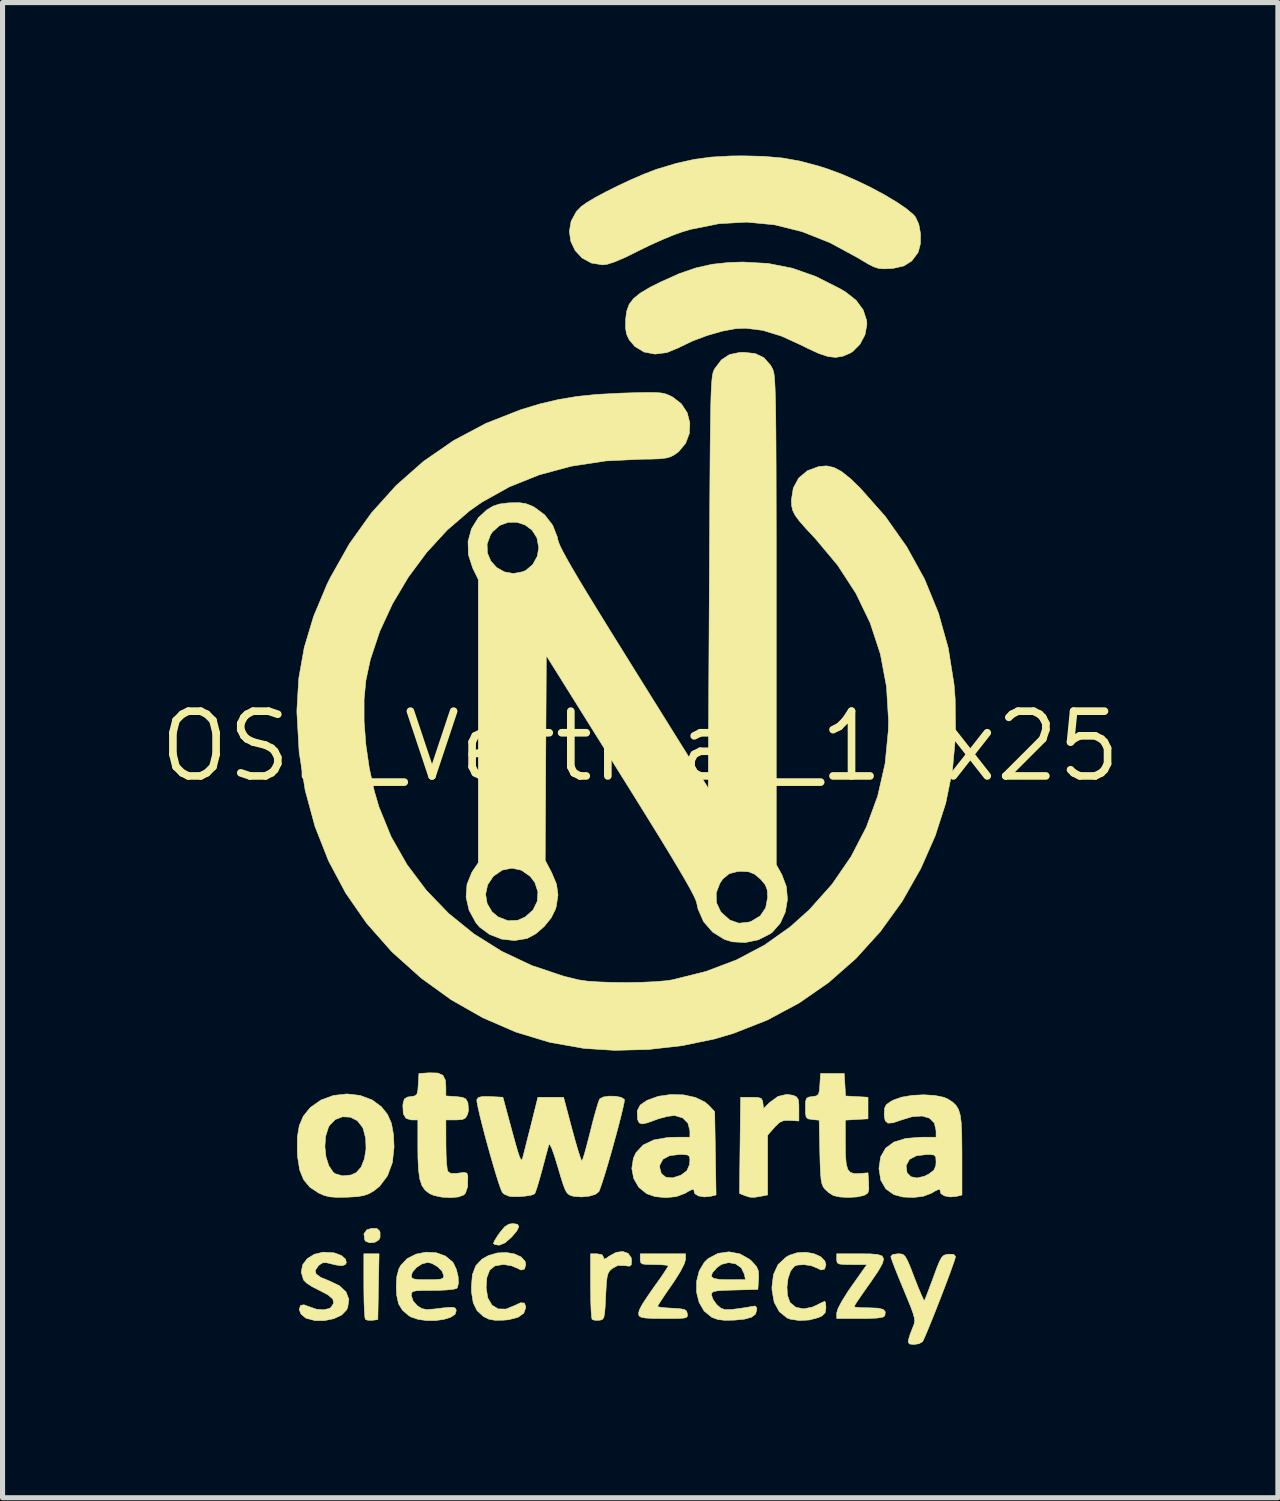
<source format=kicad_pcb>
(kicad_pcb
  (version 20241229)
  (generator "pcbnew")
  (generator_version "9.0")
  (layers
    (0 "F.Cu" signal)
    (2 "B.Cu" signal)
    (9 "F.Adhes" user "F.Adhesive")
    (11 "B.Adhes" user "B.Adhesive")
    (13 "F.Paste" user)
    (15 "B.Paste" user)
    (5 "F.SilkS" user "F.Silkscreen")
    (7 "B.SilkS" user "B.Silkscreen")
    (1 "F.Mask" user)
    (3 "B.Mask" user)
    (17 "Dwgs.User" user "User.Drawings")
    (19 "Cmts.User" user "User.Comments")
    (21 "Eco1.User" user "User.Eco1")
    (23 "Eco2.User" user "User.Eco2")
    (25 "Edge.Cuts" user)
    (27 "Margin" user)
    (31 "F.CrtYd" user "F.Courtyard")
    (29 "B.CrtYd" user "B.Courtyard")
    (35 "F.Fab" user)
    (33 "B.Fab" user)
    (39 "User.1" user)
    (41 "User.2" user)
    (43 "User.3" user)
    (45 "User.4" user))
  (footprint "OSR_Vertical_15x25"
    (layer "F.Cu")
    (at 9.502 11.583)
    (property "Reference" "OSR_Vertical_15x25" (at 0 0 0) (layer "F.SilkS") (effects (font (size 1.27 1.27) (thickness 0.15))))
    (attr through_hole)
    (fp_poly (pts (xy -5.162 9.452) (xy -5.111 9.499) (xy -5.101 9.525) (xy -5.1 9.624) (xy -5.124 9.675) (xy -5.203 9.724) (xy -5.302 9.734) (xy -5.382 9.704) (xy -5.402 9.676) (xy -5.417 9.556) (xy -5.359 9.477) (xy -5.263 9.449) (xy -5.162 9.452)) (stroke (width 0.01) (type solid)) (fill yes) (layer "F.SilkS"))
    (fp_poly (pts (xy -5.132 10.594) (xy -5.144 11.239) (xy -5.251 11.252) (xy -5.343 11.251) (xy -5.389 11.234) (xy -5.399 11.183) (xy -5.408 11.064) (xy -5.415 10.89) (xy -5.418 10.68) (xy -5.419 10.576) (xy -5.419 9.948) (xy -5.12 9.948) (xy -5.132 10.594)) (stroke (width 0.01) (type solid)) (fill yes) (layer "F.SilkS"))
    (fp_poly (pts (xy -2.405 9.37) (xy -2.379 9.416) (xy -2.42 9.501) (xy -2.521 9.62) (xy -2.651 9.734) (xy -2.763 9.779) (xy -2.773 9.779) (xy -2.853 9.767) (xy -2.879 9.743) (xy -2.856 9.691) (xy -2.797 9.596) (xy -2.751 9.531) (xy -2.658 9.419) (xy -2.575 9.367) (xy -2.497 9.356) (xy -2.405 9.37)) (stroke (width 0.01) (type solid)) (fill yes) (layer "F.SilkS"))
    (fp_poly (pts (xy 3.001 6.842) (xy 3.065 6.873) (xy 3.098 6.923) (xy 3.11 7.016) (xy 3.111 7.113) (xy 3.111 7.345) (xy 2.936 7.334) (xy 2.818 7.336) (xy 2.734 7.371) (xy 2.644 7.456) (xy 2.629 7.473) (xy 2.498 7.623) (xy 2.498 8.795) (xy 2.365 8.821) (xy 2.236 8.842) (xy 2.145 8.838) (xy 2.047 8.806) (xy 2.042 8.804) (xy 1.946 8.765) (xy 1.957 7.822) (xy 1.968 6.879) (xy 2.18 6.879) (xy 2.306 6.883) (xy 2.371 6.902) (xy 2.398 6.947) (xy 2.405 6.99) (xy 2.418 7.101) (xy 2.537 6.982) (xy 2.701 6.863) (xy 2.874 6.822) (xy 3.001 6.842)) (stroke (width 0.01) (type solid)) (fill yes) (layer "F.SilkS"))
    (fp_poly (pts (xy -0.238 9.939) (xy -0.177 10.025) (xy -0.169 10.082) (xy -0.176 10.165) (xy -0.213 10.192) (xy -0.307 10.18) (xy -0.309 10.18) (xy -0.443 10.179) (xy -0.552 10.238) (xy -0.599 10.281) (xy -0.63 10.335) (xy -0.651 10.416) (xy -0.664 10.543) (xy -0.675 10.734) (xy -0.677 10.781) (xy -0.687 10.982) (xy -0.698 11.114) (xy -0.713 11.193) (xy -0.737 11.232) (xy -0.774 11.247) (xy -0.806 11.252) (xy -0.898 11.251) (xy -0.944 11.234) (xy -0.954 11.183) (xy -0.963 11.064) (xy -0.97 10.89) (xy -0.973 10.68) (xy -0.974 10.576) (xy -0.974 9.948) (xy -0.847 9.948) (xy -0.748 9.966) (xy -0.72 10.015) (xy -0.709 10.052) (xy -0.665 10.036) (xy -0.608 9.994) (xy -0.472 9.92) (xy -0.343 9.903) (xy -0.238 9.939)) (stroke (width 0.01) (type solid)) (fill yes) (layer "F.SilkS"))
    (fp_poly (pts (xy 4.508 9.95) (xy 4.656 9.962) (xy 4.743 9.992) (xy 4.773 10.05) (xy 4.747 10.144) (xy 4.667 10.285) (xy 4.535 10.48) (xy 4.439 10.616) (xy 4.335 10.764) (xy 4.252 10.886) (xy 4.202 10.965) (xy 4.191 10.986) (xy 4.23 10.996) (xy 4.332 11.004) (xy 4.475 11.007) (xy 4.484 11.007) (xy 4.661 11.014) (xy 4.765 11.039) (xy 4.806 11.087) (xy 4.795 11.163) (xy 4.794 11.165) (xy 4.755 11.191) (xy 4.654 11.208) (xy 4.483 11.217) (xy 4.313 11.218) (xy 3.852 11.218) (xy 3.852 11.108) (xy 3.879 11.019) (xy 3.954 10.876) (xy 4.071 10.69) (xy 4.148 10.579) (xy 4.443 10.16) (xy 4.148 10.16) (xy 3.993 10.158) (xy 3.905 10.149) (xy 3.864 10.126) (xy 3.853 10.082) (xy 3.852 10.054) (xy 3.852 9.948) (xy 4.298 9.948) (xy 4.508 9.95)) (stroke (width 0.01) (type solid)) (fill yes) (layer "F.SilkS"))
    (fp_poly (pts (xy -2.465 9.951) (xy -2.335 10.01) (xy -2.257 10.097) (xy -2.244 10.158) (xy -2.268 10.248) (xy -2.336 10.267) (xy -2.422 10.226) (xy -2.525 10.184) (xy -2.662 10.161) (xy -2.697 10.16) (xy -2.85 10.186) (xy -2.952 10.269) (xy -3.007 10.414) (xy -3.021 10.612) (xy -2.989 10.813) (xy -2.907 10.954) (xy -2.785 11.029) (xy -2.631 11.032) (xy -2.472 10.967) (xy -2.347 10.909) (xy -2.272 10.914) (xy -2.244 10.984) (xy -2.244 11.003) (xy -2.283 11.113) (xy -2.397 11.194) (xy -2.58 11.241) (xy -2.68 11.25) (xy -2.848 11.252) (xy -2.966 11.231) (xy -3.066 11.182) (xy -3.075 11.177) (xy -3.199 11.063) (xy -3.274 10.909) (xy -3.308 10.699) (xy -3.31 10.592) (xy -3.29 10.355) (xy -3.223 10.181) (xy -3.102 10.053) (xy -2.975 9.982) (xy -2.804 9.932) (xy -2.627 9.923) (xy -2.465 9.951)) (stroke (width 0.01) (type solid)) (fill yes) (layer "F.SilkS"))
    (fp_poly (pts (xy 3.405 9.946) (xy 3.537 10.005) (xy 3.621 10.091) (xy 3.641 10.164) (xy 3.615 10.249) (xy 3.546 10.266) (xy 3.462 10.226) (xy 3.354 10.182) (xy 3.215 10.162) (xy 3.086 10.169) (xy 3.023 10.192) (xy 2.948 10.286) (xy 2.898 10.432) (xy 2.877 10.602) (xy 2.888 10.767) (xy 2.935 10.898) (xy 2.941 10.907) (xy 3.052 10.998) (xy 3.204 11.027) (xy 3.376 10.993) (xy 3.438 10.965) (xy 3.542 10.913) (xy 3.61 10.883) (xy 3.621 10.88) (xy 3.635 10.917) (xy 3.641 11.006) (xy 3.641 11.009) (xy 3.626 11.103) (xy 3.567 11.164) (xy 3.494 11.199) (xy 3.317 11.246) (xy 3.121 11.257) (xy 2.945 11.231) (xy 2.88 11.207) (xy 2.726 11.083) (xy 2.626 10.898) (xy 2.584 10.659) (xy 2.582 10.604) (xy 2.612 10.355) (xy 2.702 10.16) (xy 2.858 10.015) (xy 2.922 9.978) (xy 3.077 9.927) (xy 3.245 9.918) (xy 3.405 9.946)) (stroke (width 0.01) (type solid)) (fill yes) (layer "F.SilkS"))
    (fp_poly (pts (xy 2.508 -9.468) (xy 2.981 -9.375) (xy 3.444 -9.212) (xy 3.915 -8.974) (xy 4.027 -8.908) (xy 4.231 -8.747) (xy 4.372 -8.556) (xy 4.439 -8.349) (xy 4.444 -8.273) (xy 4.407 -8.07) (xy 4.308 -7.883) (xy 4.166 -7.74) (xy 4.111 -7.707) (xy 3.969 -7.648) (xy 3.831 -7.626) (xy 3.68 -7.643) (xy 3.5 -7.703) (xy 3.273 -7.808) (xy 3.175 -7.858) (xy 2.77 -8.043) (xy 2.402 -8.156) (xy 2.066 -8.198) (xy 1.866 -8.189) (xy 1.606 -8.14) (xy 1.313 -8.055) (xy 1.024 -7.947) (xy 0.775 -7.827) (xy 0.764 -7.82) (xy 0.523 -7.72) (xy 0.29 -7.691) (xy 0.076 -7.731) (xy -0.105 -7.84) (xy -0.216 -7.971) (xy -0.266 -8.076) (xy -0.288 -8.197) (xy -0.286 -8.367) (xy -0.286 -8.371) (xy -0.266 -8.532) (xy -0.218 -8.664) (xy -0.132 -8.779) (xy 0.003 -8.888) (xy 0.199 -9.004) (xy 0.406 -9.107) (xy 0.767 -9.269) (xy 1.093 -9.381) (xy 1.41 -9.452) (xy 1.746 -9.488) (xy 2.011 -9.496) (xy 2.508 -9.468)) (stroke (width 0.01) (type solid)) (fill yes) (layer "F.SilkS"))
    (fp_poly (pts (xy 0.889 10.059) (xy 0.863 10.147) (xy 0.791 10.289) (xy 0.678 10.47) (xy 0.614 10.564) (xy 0.504 10.722) (xy 0.416 10.855) (xy 0.357 10.946) (xy 0.339 10.981) (xy 0.377 10.993) (xy 0.479 11.006) (xy 0.621 11.015) (xy 0.624 11.015) (xy 0.777 11.025) (xy 0.865 11.04) (xy 0.907 11.07) (xy 0.923 11.119) (xy 0.924 11.123) (xy 0.927 11.165) (xy 0.911 11.192) (xy 0.864 11.208) (xy 0.77 11.216) (xy 0.616 11.218) (xy 0.467 11.218) (xy 0.251 11.216) (xy 0.106 11.208) (xy 0.019 11.192) (xy -0.021 11.167) (xy -0.026 11.158) (xy -0.032 11.109) (xy -0.014 11.043) (xy 0.036 10.947) (xy 0.123 10.812) (xy 0.253 10.624) (xy 0.302 10.556) (xy 0.407 10.408) (xy 0.489 10.286) (xy 0.54 10.207) (xy 0.55 10.185) (xy 0.512 10.172) (xy 0.411 10.163) (xy 0.275 10.16) (xy 0.127 10.158) (xy 0.045 10.148) (xy 0.009 10.121) (xy 0.000158 10.071) (xy 0 10.054) (xy 0 9.948) (xy 0.889 9.948) (xy 0.889 10.059)) (stroke (width 0.01) (type solid)) (fill yes) (layer "F.SilkS"))
    (fp_poly (pts (xy 4.013 6.634) (xy 4.026 6.854) (xy 4.246 6.866) (xy 4.466 6.879) (xy 4.466 7.303) (xy 4.244 7.315) (xy 4.022 7.328) (xy 4.022 7.773) (xy 4.025 8.015) (xy 4.039 8.185) (xy 4.069 8.294) (xy 4.12 8.353) (xy 4.197 8.376) (xy 4.29 8.375) (xy 4.466 8.361) (xy 4.479 8.562) (xy 4.482 8.686) (xy 4.464 8.754) (xy 4.413 8.792) (xy 4.381 8.805) (xy 4.25 8.834) (xy 4.081 8.844) (xy 3.915 8.835) (xy 3.79 8.808) (xy 3.789 8.808) (xy 3.697 8.75) (xy 3.619 8.679) (xy 3.586 8.634) (xy 3.562 8.574) (xy 3.545 8.486) (xy 3.534 8.353) (xy 3.526 8.163) (xy 3.521 7.957) (xy 3.508 7.329) (xy 3.373 7.316) (xy 3.293 7.303) (xy 3.254 7.271) (xy 3.24 7.195) (xy 3.239 7.091) (xy 3.241 6.965) (xy 3.26 6.901) (xy 3.307 6.875) (xy 3.374 6.866) (xy 3.453 6.853) (xy 3.495 6.82) (xy 3.514 6.744) (xy 3.522 6.633) (xy 3.535 6.413) (xy 4 6.413) (xy 4.013 6.634)) (stroke (width 0.01) (type solid)) (fill yes) (layer "F.SilkS"))
    (fp_poly (pts (xy -6.013 9.928) (xy -5.985 9.934) (xy -5.857 9.983) (xy -5.778 10.052) (xy -5.761 10.124) (xy -5.783 10.16) (xy -5.848 10.183) (xy -5.969 10.167) (xy -6.026 10.153) (xy -6.149 10.124) (xy -6.224 10.125) (xy -6.283 10.16) (xy -6.315 10.191) (xy -6.371 10.273) (xy -6.355 10.344) (xy -6.264 10.411) (xy -6.107 10.475) (xy -5.901 10.572) (xy -5.768 10.696) (xy -5.712 10.841) (xy -5.735 11) (xy -5.759 11.051) (xy -5.854 11.149) (xy -6.006 11.22) (xy -6.188 11.258) (xy -6.375 11.258) (xy -6.542 11.215) (xy -6.561 11.206) (xy -6.65 11.132) (xy -6.686 11.041) (xy -6.659 10.96) (xy -6.658 10.959) (xy -6.592 10.948) (xy -6.495 10.984) (xy -6.352 11.034) (xy -6.208 11.046) (xy -6.093 11.02) (xy -6.062 10.998) (xy -6.009 10.914) (xy -6.028 10.834) (xy -6.123 10.753) (xy -6.283 10.669) (xy -6.427 10.596) (xy -6.541 10.522) (xy -6.601 10.462) (xy -6.646 10.306) (xy -6.618 10.163) (xy -6.529 10.044) (xy -6.391 9.958) (xy -6.215 9.916) (xy -6.013 9.928)) (stroke (width 0.01) (type solid)) (fill yes) (layer "F.SilkS"))
    (fp_poly (pts (xy -5.494 6.843) (xy -5.257 6.931) (xy -5.075 7.065) (xy -4.955 7.215) (xy -4.877 7.392) (xy -4.837 7.614) (xy -4.826 7.855) (xy -4.859 8.159) (xy -4.954 8.418) (xy -5.109 8.624) (xy -5.22 8.713) (xy -5.32 8.771) (xy -5.421 8.807) (xy -5.552 8.828) (xy -5.738 8.839) (xy -5.754 8.839) (xy -5.948 8.842) (xy -6.087 8.832) (xy -6.196 8.805) (xy -6.301 8.759) (xy -6.476 8.644) (xy -6.599 8.497) (xy -6.677 8.304) (xy -6.717 8.05) (xy -6.723 7.953) (xy -6.723 7.847) (xy -6.182 7.847) (xy -6.161 8.046) (xy -6.106 8.22) (xy -6.022 8.346) (xy -5.98 8.379) (xy -5.836 8.42) (xy -5.674 8.404) (xy -5.569 8.358) (xy -5.472 8.249) (xy -5.407 8.085) (xy -5.376 7.889) (xy -5.383 7.685) (xy -5.431 7.498) (xy -5.443 7.471) (xy -5.545 7.34) (xy -5.683 7.27) (xy -5.835 7.262) (xy -5.979 7.316) (xy -6.092 7.431) (xy -6.113 7.47) (xy -6.168 7.647) (xy -6.182 7.847) (xy -6.723 7.847) (xy -6.723 7.665) (xy -6.685 7.437) (xy -6.607 7.253) (xy -6.481 7.095) (xy -6.466 7.079) (xy -6.259 6.933) (xy -6.015 6.844) (xy -5.753 6.814) (xy -5.494 6.843)) (stroke (width 0.01) (type solid)) (fill yes) (layer "F.SilkS"))
    (fp_poly (pts (xy -3.969 6.404) (xy -3.869 6.448) (xy -3.82 6.544) (xy -3.81 6.67) (xy -3.81 6.853) (xy -3.612 6.866) (xy -3.487 6.881) (xy -3.419 6.914) (xy -3.382 6.979) (xy -3.378 6.989) (xy -3.366 7.134) (xy -3.384 7.211) (xy -3.422 7.282) (xy -3.483 7.315) (xy -3.595 7.324) (xy -3.618 7.324) (xy -3.81 7.324) (xy -3.809 7.8) (xy -3.806 7.997) (xy -3.797 8.165) (xy -3.784 8.286) (xy -3.771 8.335) (xy -3.715 8.372) (xy -3.606 8.373) (xy -3.56 8.366) (xy -3.45 8.353) (xy -3.398 8.367) (xy -3.382 8.417) (xy -3.38 8.434) (xy -3.383 8.631) (xy -3.426 8.758) (xy -3.46 8.795) (xy -3.564 8.834) (xy -3.717 8.848) (xy -3.887 8.838) (xy -4.044 8.805) (xy -4.133 8.767) (xy -4.218 8.7) (xy -4.28 8.611) (xy -4.321 8.486) (xy -4.346 8.312) (xy -4.358 8.077) (xy -4.36 7.868) (xy -4.36 7.324) (xy -4.487 7.324) (xy -4.59 7.295) (xy -4.645 7.205) (xy -4.654 7.048) (xy -4.649 7.001) (xy -4.625 6.913) (xy -4.561 6.875) (xy -4.5 6.866) (xy -4.421 6.853) (xy -4.379 6.82) (xy -4.36 6.744) (xy -4.352 6.633) (xy -4.339 6.413) (xy -4.135 6.4) (xy -3.969 6.404)) (stroke (width 0.01) (type solid)) (fill yes) (layer "F.SilkS"))
    (fp_poly (pts (xy 5.114 9.951) (xy 5.16 9.966) (xy 5.201 10.009) (xy 5.245 10.091) (xy 5.302 10.226) (xy 5.375 10.416) (xy 5.446 10.597) (xy 5.507 10.742) (xy 5.55 10.838) (xy 5.57 10.87) (xy 5.57 10.87) (xy 5.589 10.826) (xy 5.631 10.72) (xy 5.688 10.568) (xy 5.746 10.412) (xy 5.817 10.219) (xy 5.87 10.092) (xy 5.912 10.016) (xy 5.955 9.977) (xy 6.006 9.961) (xy 6.044 9.956) (xy 6.145 9.959) (xy 6.18 9.997) (xy 6.181 10.006) (xy 6.166 10.064) (xy 6.124 10.185) (xy 6.063 10.355) (xy 5.986 10.559) (xy 5.901 10.781) (xy 5.813 11.007) (xy 5.727 11.223) (xy 5.65 11.412) (xy 5.588 11.56) (xy 5.545 11.653) (xy 5.533 11.673) (xy 5.465 11.712) (xy 5.366 11.726) (xy 5.279 11.717) (xy 5.254 11.678) (xy 5.26 11.631) (xy 5.291 11.528) (xy 5.34 11.401) (xy 5.346 11.388) (xy 5.369 11.328) (xy 5.38 11.273) (xy 5.375 11.207) (xy 5.35 11.116) (xy 5.302 10.985) (xy 5.226 10.8) (xy 5.163 10.647) (xy 5.076 10.437) (xy 5.002 10.252) (xy 4.947 10.108) (xy 4.917 10.02) (xy 4.913 10.001) (xy 4.949 9.963) (xy 5.051 9.948) (xy 5.053 9.948) (xy 5.114 9.951)) (stroke (width 0.01) (type solid)) (fill yes) (layer "F.SilkS"))
    (fp_poly (pts (xy 1.953 9.949) (xy 2.145 10.057) (xy 2.19 10.098) (xy 2.279 10.197) (xy 2.317 10.285) (xy 2.322 10.404) (xy 2.32 10.444) (xy 2.307 10.647) (xy 1.852 10.659) (xy 1.651 10.665) (xy 1.52 10.674) (xy 1.443 10.688) (xy 1.408 10.71) (xy 1.397 10.744) (xy 1.397 10.756) (xy 1.426 10.842) (xy 1.496 10.939) (xy 1.506 10.95) (xy 1.581 11.014) (xy 1.658 11.042) (xy 1.771 11.041) (xy 1.834 11.035) (xy 1.986 11.015) (xy 2.123 10.993) (xy 2.17 10.983) (xy 2.254 10.972) (xy 2.284 11.006) (xy 2.286 11.039) (xy 2.262 11.129) (xy 2.184 11.191) (xy 2.042 11.23) (xy 1.851 11.249) (xy 1.66 11.253) (xy 1.523 11.237) (xy 1.411 11.197) (xy 1.397 11.189) (xy 1.252 11.07) (xy 1.154 10.9) (xy 1.104 10.699) (xy 1.105 10.487) (xy 1.13 10.389) (xy 1.393 10.389) (xy 1.441 10.431) (xy 1.563 10.452) (xy 1.73 10.456) (xy 2.063 10.456) (xy 2.042 10.349) (xy 1.981 10.223) (xy 1.87 10.146) (xy 1.733 10.121) (xy 1.592 10.156) (xy 1.501 10.222) (xy 1.415 10.321) (xy 1.393 10.389) (xy 1.13 10.389) (xy 1.156 10.285) (xy 1.259 10.112) (xy 1.333 10.041) (xy 1.525 9.94) (xy 1.74 9.91) (xy 1.953 9.949)) (stroke (width 0.01) (type solid)) (fill yes) (layer "F.SilkS"))
    (fp_poly (pts (xy 2.424 -11.568) (xy 2.785 -11.536) (xy 3.125 -11.476) (xy 3.475 -11.384) (xy 3.683 -11.318) (xy 3.95 -11.219) (xy 4.233 -11.096) (xy 4.516 -10.96) (xy 4.784 -10.816) (xy 5.023 -10.674) (xy 5.219 -10.541) (xy 5.356 -10.425) (xy 5.395 -10.381) (xy 5.462 -10.236) (xy 5.496 -10.049) (xy 5.494 -9.857) (xy 5.453 -9.696) (xy 5.443 -9.677) (xy 5.325 -9.518) (xy 5.169 -9.419) (xy 4.959 -9.371) (xy 4.891 -9.366) (xy 4.769 -9.362) (xy 4.673 -9.371) (xy 4.58 -9.401) (xy 4.465 -9.459) (xy 4.306 -9.554) (xy 4.276 -9.573) (xy 3.721 -9.874) (xy 3.174 -10.091) (xy 2.63 -10.226) (xy 2.087 -10.278) (xy 1.541 -10.247) (xy 0.989 -10.136) (xy 0.827 -10.088) (xy 0.656 -10.027) (xy 0.438 -9.937) (xy 0.2 -9.83) (xy -0.03 -9.718) (xy -0.043 -9.711) (xy -0.301 -9.584) (xy -0.497 -9.5) (xy -0.642 -9.453) (xy -0.735 -9.44) (xy -0.958 -9.476) (xy -1.14 -9.575) (xy -1.276 -9.721) (xy -1.361 -9.9) (xy -1.389 -10.096) (xy -1.355 -10.296) (xy -1.253 -10.484) (xy -1.162 -10.58) (xy -1.05 -10.66) (xy -0.877 -10.763) (xy -0.661 -10.878) (xy -0.419 -10.999) (xy -0.169 -11.115) (xy 0.07 -11.218) (xy 0.282 -11.3) (xy 0.339 -11.32) (xy 0.709 -11.431) (xy 1.05 -11.507) (xy 1.394 -11.554) (xy 1.771 -11.575) (xy 2.011 -11.578) (xy 2.424 -11.568)) (stroke (width 0.01) (type solid)) (fill yes) (layer "F.SilkS"))
    (fp_poly (pts (xy 0.852 6.833) (xy 1.082 6.883) (xy 1.269 6.974) (xy 1.339 7.033) (xy 1.46 7.16) (xy 1.474 7.977) (xy 1.487 8.795) (xy 1.378 8.822) (xy 1.254 8.834) (xy 1.143 8.814) (xy 1.071 8.77) (xy 1.058 8.737) (xy 1.052 8.692) (xy 1.021 8.686) (xy 0.947 8.722) (xy 0.879 8.763) (xy 0.709 8.827) (xy 0.501 8.848) (xy 0.29 8.827) (xy 0.126 8.77) (xy -0.029 8.644) (xy -0.128 8.472) (xy -0.165 8.275) (xy -0.162 8.255) (xy 0.381 8.255) (xy 0.414 8.377) (xy 0.503 8.447) (xy 0.633 8.46) (xy 0.791 8.41) (xy 0.801 8.405) (xy 0.915 8.319) (xy 0.966 8.201) (xy 0.974 8.103) (xy 0.966 8.042) (xy 0.928 8.011) (xy 0.837 8.002) (xy 0.771 8.001) (xy 0.575 8.025) (xy 0.445 8.095) (xy 0.385 8.208) (xy 0.381 8.255) (xy -0.162 8.255) (xy -0.134 8.076) (xy -0.084 7.967) (xy 0.058 7.815) (xy 0.266 7.716) (xy 0.54 7.668) (xy 0.667 7.663) (xy 0.974 7.662) (xy 0.974 7.535) (xy 0.936 7.389) (xy 0.835 7.286) (xy 0.685 7.24) (xy 0.658 7.239) (xy 0.532 7.255) (xy 0.375 7.296) (xy 0.296 7.324) (xy 0.137 7.382) (xy 0.037 7.402) (xy -0.019 7.383) (xy -0.048 7.324) (xy -0.053 7.298) (xy -0.059 7.145) (xy -0.000036 7.032) (xy 0.132 6.94) (xy 0.355 6.86) (xy 0.602 6.825) (xy 0.852 6.833)) (stroke (width 0.01) (type solid)) (fill yes) (layer "F.SilkS"))
    (fp_poly (pts (xy -4.001 9.927) (xy -3.822 9.99) (xy -3.682 10.105) (xy -3.661 10.134) (xy -3.604 10.255) (xy -3.57 10.394) (xy -3.563 10.522) (xy -3.585 10.611) (xy -3.603 10.629) (xy -3.669 10.645) (xy -3.798 10.658) (xy -3.968 10.666) (xy -4.075 10.667) (xy -4.264 10.668) (xy -4.384 10.673) (xy -4.451 10.686) (xy -4.48 10.711) (xy -4.487 10.752) (xy -4.487 10.771) (xy -4.451 10.877) (xy -4.371 10.966) (xy -4.283 11.022) (xy -4.188 11.041) (xy -4.05 11.032) (xy -4.043 11.031) (xy -3.852 11.008) (xy -3.729 10.997) (xy -3.658 11) (xy -3.624 11.017) (xy -3.609 11.05) (xy -3.607 11.06) (xy -3.629 11.134) (xy -3.717 11.193) (xy -3.852 11.235) (xy -4.015 11.257) (xy -4.189 11.257) (xy -4.356 11.234) (xy -4.496 11.186) (xy -4.533 11.164) (xy -4.66 11.057) (xy -4.738 10.93) (xy -4.775 10.76) (xy -4.783 10.588) (xy -4.772 10.391) (xy -4.767 10.375) (xy -4.487 10.375) (xy -4.479 10.417) (xy -4.443 10.441) (xy -4.36 10.453) (xy -4.215 10.456) (xy -4.17 10.456) (xy -4.007 10.454) (xy -3.912 10.445) (xy -3.866 10.424) (xy -3.853 10.386) (xy -3.852 10.375) (xy -3.888 10.286) (xy -3.977 10.198) (xy -4.088 10.135) (xy -4.17 10.118) (xy -4.28 10.147) (xy -4.388 10.218) (xy -4.466 10.309) (xy -4.487 10.375) (xy -4.767 10.375) (xy -4.733 10.247) (xy -4.698 10.18) (xy -4.57 10.043) (xy -4.396 9.955) (xy -4.2 9.916) (xy -4.001 9.927)) (stroke (width 0.01) (type solid)) (fill yes) (layer "F.SilkS"))
    (fp_poly (pts (xy 5.776 6.844) (xy 5.956 6.881) (xy 6.037 6.917) (xy 6.126 6.976) (xy 6.193 7.04) (xy 6.241 7.12) (xy 6.274 7.23) (xy 6.294 7.382) (xy 6.304 7.588) (xy 6.307 7.861) (xy 6.308 8.014) (xy 6.308 8.796) (xy 6.202 8.823) (xy 6.079 8.834) (xy 5.968 8.814) (xy 5.896 8.77) (xy 5.884 8.737) (xy 5.878 8.692) (xy 5.847 8.686) (xy 5.773 8.722) (xy 5.705 8.763) (xy 5.55 8.821) (xy 5.351 8.845) (xy 5.146 8.835) (xy 4.972 8.788) (xy 4.815 8.676) (xy 4.717 8.507) (xy 4.681 8.283) (xy 4.681 8.272) (xy 4.687 8.233) (xy 5.214 8.233) (xy 5.231 8.359) (xy 5.306 8.437) (xy 5.424 8.462) (xy 5.572 8.428) (xy 5.662 8.382) (xy 5.758 8.308) (xy 5.795 8.22) (xy 5.8 8.15) (xy 5.795 8.057) (xy 5.766 8.014) (xy 5.688 8.002) (xy 5.62 8.002) (xy 5.416 8.026) (xy 5.281 8.095) (xy 5.218 8.21) (xy 5.214 8.233) (xy 4.687 8.233) (xy 4.713 8.05) (xy 4.81 7.879) (xy 4.973 7.758) (xy 5.203 7.687) (xy 5.493 7.663) (xy 5.8 7.662) (xy 5.8 7.535) (xy 5.767 7.386) (xy 5.673 7.29) (xy 5.525 7.247) (xy 5.33 7.261) (xy 5.117 7.326) (xy 4.957 7.38) (xy 4.856 7.387) (xy 4.803 7.341) (xy 4.784 7.238) (xy 4.784 7.199) (xy 4.791 7.092) (xy 4.825 7.024) (xy 4.908 6.965) (xy 4.964 6.934) (xy 5.126 6.877) (xy 5.334 6.842) (xy 5.56 6.831) (xy 5.776 6.844)) (stroke (width 0.01) (type solid)) (fill yes) (layer "F.SilkS"))
    (fp_poly (pts (xy -0.481 6.86) (xy -0.372 6.882) (xy -0.312 6.921) (xy -0.31 6.925) (xy -0.315 6.98) (xy -0.341 7.102) (xy -0.383 7.275) (xy -0.437 7.484) (xy -0.5 7.716) (xy -0.566 7.955) (xy -0.633 8.187) (xy -0.696 8.396) (xy -0.751 8.568) (xy -0.793 8.688) (xy -0.81 8.729) (xy -0.879 8.783) (xy -1.002 8.819) (xy -1.151 8.834) (xy -1.297 8.823) (xy -1.333 8.814) (xy -1.387 8.795) (xy -1.429 8.762) (xy -1.467 8.702) (xy -1.507 8.6) (xy -1.557 8.443) (xy -1.613 8.253) (xy -1.683 8.025) (xy -1.736 7.876) (xy -1.773 7.806) (xy -1.791 7.811) (xy -1.812 7.887) (xy -1.849 8.022) (xy -1.895 8.195) (xy -1.928 8.319) (xy -1.978 8.498) (xy -2.022 8.646) (xy -2.056 8.744) (xy -2.07 8.773) (xy -2.131 8.798) (xy -2.246 8.817) (xy -2.382 8.828) (xy -2.508 8.828) (xy -2.569 8.82) (xy -2.661 8.782) (xy -2.701 8.75) (xy -2.73 8.687) (xy -2.775 8.559) (xy -2.831 8.381) (xy -2.894 8.168) (xy -2.961 7.933) (xy -3.027 7.693) (xy -3.088 7.461) (xy -3.14 7.254) (xy -3.179 7.085) (xy -3.201 6.969) (xy -3.203 6.924) (xy -3.17 6.883) (xy -3.097 6.865) (xy -2.964 6.865) (xy -2.934 6.866) (xy -2.692 6.879) (xy -2.515 7.535) (xy -2.448 7.779) (xy -2.399 7.948) (xy -2.363 8.053) (xy -2.338 8.102) (xy -2.319 8.103) (xy -2.304 8.065) (xy -2.304 8.065) (xy -2.281 7.975) (xy -2.243 7.824) (xy -2.195 7.633) (xy -2.141 7.421) (xy -2.138 7.408) (xy -2.006 6.879) (xy -1.503 6.879) (xy -1.337 7.504) (xy -1.278 7.719) (xy -1.225 7.903) (xy -1.181 8.04) (xy -1.153 8.117) (xy -1.145 8.128) (xy -1.126 8.089) (xy -1.092 7.983) (xy -1.048 7.823) (xy -0.997 7.625) (xy -0.977 7.546) (xy -0.923 7.332) (xy -0.872 7.146) (xy -0.829 7.003) (xy -0.8 6.922) (xy -0.793 6.911) (xy -0.723 6.874) (xy -0.609 6.857) (xy -0.481 6.86)) (stroke (width 0.01) (type solid)) (fill yes) (layer "F.SilkS"))
    (fp_poly (pts (xy 0.314 -6.937) (xy 0.418 -6.928) (xy 0.496 -6.911) (xy 0.563 -6.885) (xy 0.632 -6.851) (xy 0.807 -6.716) (xy 0.922 -6.54) (xy 0.973 -6.34) (xy 0.963 -6.134) (xy 0.889 -5.94) (xy 0.751 -5.775) (xy 0.667 -5.715) (xy 0.593 -5.677) (xy 0.506 -5.653) (xy 0.386 -5.638) (xy 0.216 -5.632) (xy 0.034 -5.63) (xy -0.676 -5.596) (xy -1.349 -5.493) (xy -1.981 -5.323) (xy -2.566 -5.088) (xy -3.102 -4.789) (xy -3.35 -4.615) (xy -3.785 -4.24) (xy -4.187 -3.802) (xy -4.548 -3.315) (xy -4.857 -2.794) (xy -5.108 -2.251) (xy -5.291 -1.702) (xy -5.378 -1.296) (xy -5.414 -0.92) (xy -5.414 -0.492) (xy -5.379 -0.036) (xy -5.312 0.426) (xy -5.215 0.871) (xy -5.123 1.185) (xy -4.883 1.773) (xy -4.571 2.32) (xy -4.193 2.823) (xy -3.755 3.277) (xy -3.26 3.677) (xy -2.715 4.018) (xy -2.125 4.297) (xy -1.496 4.507) (xy -1.206 4.578) (xy -1.042 4.602) (xy -0.814 4.618) (xy -0.545 4.627) (xy -0.256 4.63) (xy 0.031 4.625) (xy 0.296 4.613) (xy 0.516 4.594) (xy 0.629 4.577) (xy 1.286 4.413) (xy 1.887 4.186) (xy 2.438 3.895) (xy 2.944 3.536) (xy 3.319 3.199) (xy 3.762 2.702) (xy 4.134 2.161) (xy 4.433 1.583) (xy 4.656 0.973) (xy 4.801 0.336) (xy 4.865 -0.322) (xy 4.868 -0.508) (xy 4.828 -1.173) (xy 4.708 -1.811) (xy 4.508 -2.42) (xy 4.228 -3.001) (xy 3.869 -3.553) (xy 3.431 -4.076) (xy 3.415 -4.093) (xy 3.241 -4.279) (xy 3.118 -4.42) (xy 3.038 -4.529) (xy 2.991 -4.622) (xy 2.969 -4.713) (xy 2.963 -4.815) (xy 2.963 -4.827) (xy 3.001 -5.066) (xy 3.107 -5.261) (xy 3.277 -5.404) (xy 3.502 -5.487) (xy 3.507 -5.488) (xy 3.655 -5.499) (xy 3.797 -5.468) (xy 3.946 -5.389) (xy 4.117 -5.253) (xy 4.307 -5.07) (xy 4.803 -4.51) (xy 5.226 -3.911) (xy 5.575 -3.278) (xy 5.847 -2.614) (xy 6.04 -1.924) (xy 6.153 -1.213) (xy 6.175 -0.931) (xy 6.183 -0.214) (xy 6.122 0.463) (xy 5.99 1.114) (xy 5.784 1.753) (xy 5.502 2.392) (xy 5.136 3.038) (xy 4.71 3.628) (xy 4.228 4.16) (xy 3.695 4.629) (xy 3.114 5.032) (xy 2.491 5.366) (xy 1.828 5.627) (xy 1.454 5.737) (xy 0.822 5.868) (xy 0.161 5.943) (xy -0.5 5.96) (xy -1.101 5.922) (xy -1.777 5.802) (xy -2.44 5.601) (xy -3.086 5.321) (xy -3.706 4.968) (xy -4.295 4.543) (xy -4.846 4.049) (xy -4.89 4.005) (xy -5.366 3.465) (xy -5.774 2.877) (xy -6.111 2.245) (xy -6.376 1.572) (xy -6.569 0.861) (xy -6.687 0.115) (xy -6.731 -0.661) (xy -6.731 -0.716) (xy -6.695 -1.331) (xy -6.587 -1.939) (xy -6.403 -2.551) (xy -6.141 -3.176) (xy -6.075 -3.31) (xy -5.701 -3.973) (xy -5.271 -4.575) (xy -4.786 -5.114) (xy -4.249 -5.588) (xy -3.662 -5.994) (xy -3.027 -6.332) (xy -2.346 -6.599) (xy -2.335 -6.603) (xy -1.96 -6.716) (xy -1.603 -6.8) (xy -1.238 -6.861) (xy -0.843 -6.901) (xy -0.392 -6.925) (xy -0.296 -6.928) (xy -0.028 -6.936) (xy 0.171 -6.939) (xy 0.314 -6.937)) (stroke (width 0.01) (type solid)) (fill yes) (layer "F.SilkS"))
    (fp_poly (pts (xy 2.256 -7.701) (xy 2.425 -7.62) (xy 2.554 -7.474) (xy 2.593 -7.405) (xy 2.604 -7.379) (xy 2.615 -7.344) (xy 2.624 -7.296) (xy 2.632 -7.23) (xy 2.638 -7.141) (xy 2.644 -7.025) (xy 2.649 -6.876) (xy 2.654 -6.691) (xy 2.657 -6.465) (xy 2.66 -6.192) (xy 2.662 -5.868) (xy 2.664 -5.489) (xy 2.665 -5.049) (xy 2.666 -4.544) (xy 2.667 -3.969) (xy 2.667 -3.32) (xy 2.667 -2.592) (xy 2.667 -2.471) (xy 2.667 2.318) (xy 2.777 2.515) (xy 2.865 2.749) (xy 2.887 2.998) (xy 2.846 3.244) (xy 2.747 3.465) (xy 2.592 3.642) (xy 2.55 3.674) (xy 2.315 3.793) (xy 2.059 3.846) (xy 1.804 3.832) (xy 1.651 3.785) (xy 1.418 3.64) (xy 1.242 3.437) (xy 1.132 3.186) (xy 1.107 3.07) (xy 1.089 3.013) (xy 1.047 2.921) (xy 1.021 2.872) (xy 1.49 2.872) (xy 1.495 3.064) (xy 1.577 3.239) (xy 1.595 3.26) (xy 1.757 3.405) (xy 1.934 3.467) (xy 2.129 3.446) (xy 2.179 3.429) (xy 2.352 3.324) (xy 2.459 3.166) (xy 2.498 2.961) (xy 2.498 2.953) (xy 2.489 2.812) (xy 2.451 2.713) (xy 2.367 2.613) (xy 2.354 2.599) (xy 2.24 2.504) (xy 2.123 2.458) (xy 1.971 2.45) (xy 1.905 2.455) (xy 1.745 2.496) (xy 1.622 2.598) (xy 1.564 2.68) (xy 1.49 2.872) (xy 1.021 2.872) (xy 0.977 2.789) (xy 0.878 2.613) (xy 0.747 2.39) (xy 0.582 2.114) (xy 0.38 1.783) (xy 0.138 1.392) (xy -0.144 0.937) (xy -0.381 0.558) (xy -1.841 -1.778) (xy -1.863 2.234) (xy -1.736 2.476) (xy -1.641 2.702) (xy -1.612 2.912) (xy -1.646 3.137) (xy -1.661 3.191) (xy -1.745 3.362) (xy -1.883 3.532) (xy -2.049 3.676) (xy -2.217 3.766) (xy -2.221 3.767) (xy -2.465 3.807) (xy -2.717 3.779) (xy -2.952 3.688) (xy -3.15 3.543) (xy -3.222 3.458) (xy -3.356 3.212) (xy -3.414 2.957) (xy -3.41 2.897) (xy -3.031 2.897) (xy -3.001 3.082) (xy -2.904 3.245) (xy -2.786 3.343) (xy -2.593 3.418) (xy -2.4 3.409) (xy -2.254 3.344) (xy -2.102 3.208) (xy -2.019 3.038) (xy -2.006 2.852) (xy -2.066 2.669) (xy -2.159 2.547) (xy -2.33 2.428) (xy -2.517 2.388) (xy -2.704 2.426) (xy -2.876 2.544) (xy -2.88 2.547) (xy -2.991 2.713) (xy -3.031 2.897) (xy -3.41 2.897) (xy -3.396 2.705) (xy -3.302 2.471) (xy -3.279 2.435) (xy -3.175 2.282) (xy -3.175 -3.272) (xy -3.286 -3.499) (xy -3.369 -3.757) (xy -3.374 -3.966) (xy -3.002 -3.966) (xy -2.996 -3.791) (xy -2.929 -3.634) (xy -2.814 -3.506) (xy -2.663 -3.421) (xy -2.488 -3.389) (xy -2.302 -3.424) (xy -2.242 -3.451) (xy -2.107 -3.565) (xy -2.017 -3.73) (xy -1.99 -3.895) (xy -2.025 -4.087) (xy -2.119 -4.237) (xy -2.257 -4.341) (xy -2.42 -4.394) (xy -2.592 -4.392) (xy -2.756 -4.331) (xy -2.897 -4.205) (xy -2.936 -4.147) (xy -3.002 -3.966) (xy -3.374 -3.966) (xy -3.376 -4.017) (xy -3.309 -4.265) (xy -3.174 -4.484) (xy -3.011 -4.634) (xy -2.888 -4.709) (xy -2.763 -4.751) (xy -2.599 -4.772) (xy -2.549 -4.775) (xy -2.374 -4.778) (xy -2.245 -4.76) (xy -2.125 -4.714) (xy -2.074 -4.688) (xy -1.872 -4.537) (xy -1.716 -4.335) (xy -1.626 -4.105) (xy -1.617 -4.059) (xy -1.602 -4.005) (xy -1.569 -3.926) (xy -1.515 -3.818) (xy -1.437 -3.675) (xy -1.333 -3.492) (xy -1.199 -3.265) (xy -1.032 -2.989) (xy -0.83 -2.659) (xy -0.59 -2.27) (xy -0.309 -1.818) (xy -0.127 -1.525) (xy 1.333 0.817) (xy 1.355 -3.222) (xy 1.358 -3.897) (xy 1.362 -4.493) (xy 1.365 -5.014) (xy 1.368 -5.466) (xy 1.371 -5.855) (xy 1.375 -6.184) (xy 1.379 -6.461) (xy 1.383 -6.688) (xy 1.388 -6.873) (xy 1.394 -7.019) (xy 1.401 -7.133) (xy 1.409 -7.219) (xy 1.418 -7.283) (xy 1.428 -7.329) (xy 1.44 -7.364) (xy 1.453 -7.391) (xy 1.46 -7.404) (xy 1.592 -7.578) (xy 1.748 -7.681) (xy 1.949 -7.723) (xy 2.032 -7.726) (xy 2.256 -7.701)) (stroke (width 0.01) (type solid)) (fill yes) (layer "F.SilkS")))
  (gr_rect
    (start -3 -3)
    (end 22.004 26.314)
    (stroke (width 0.1) (type default))
    (fill no)
    (layer "Edge.Cuts")))
</source>
